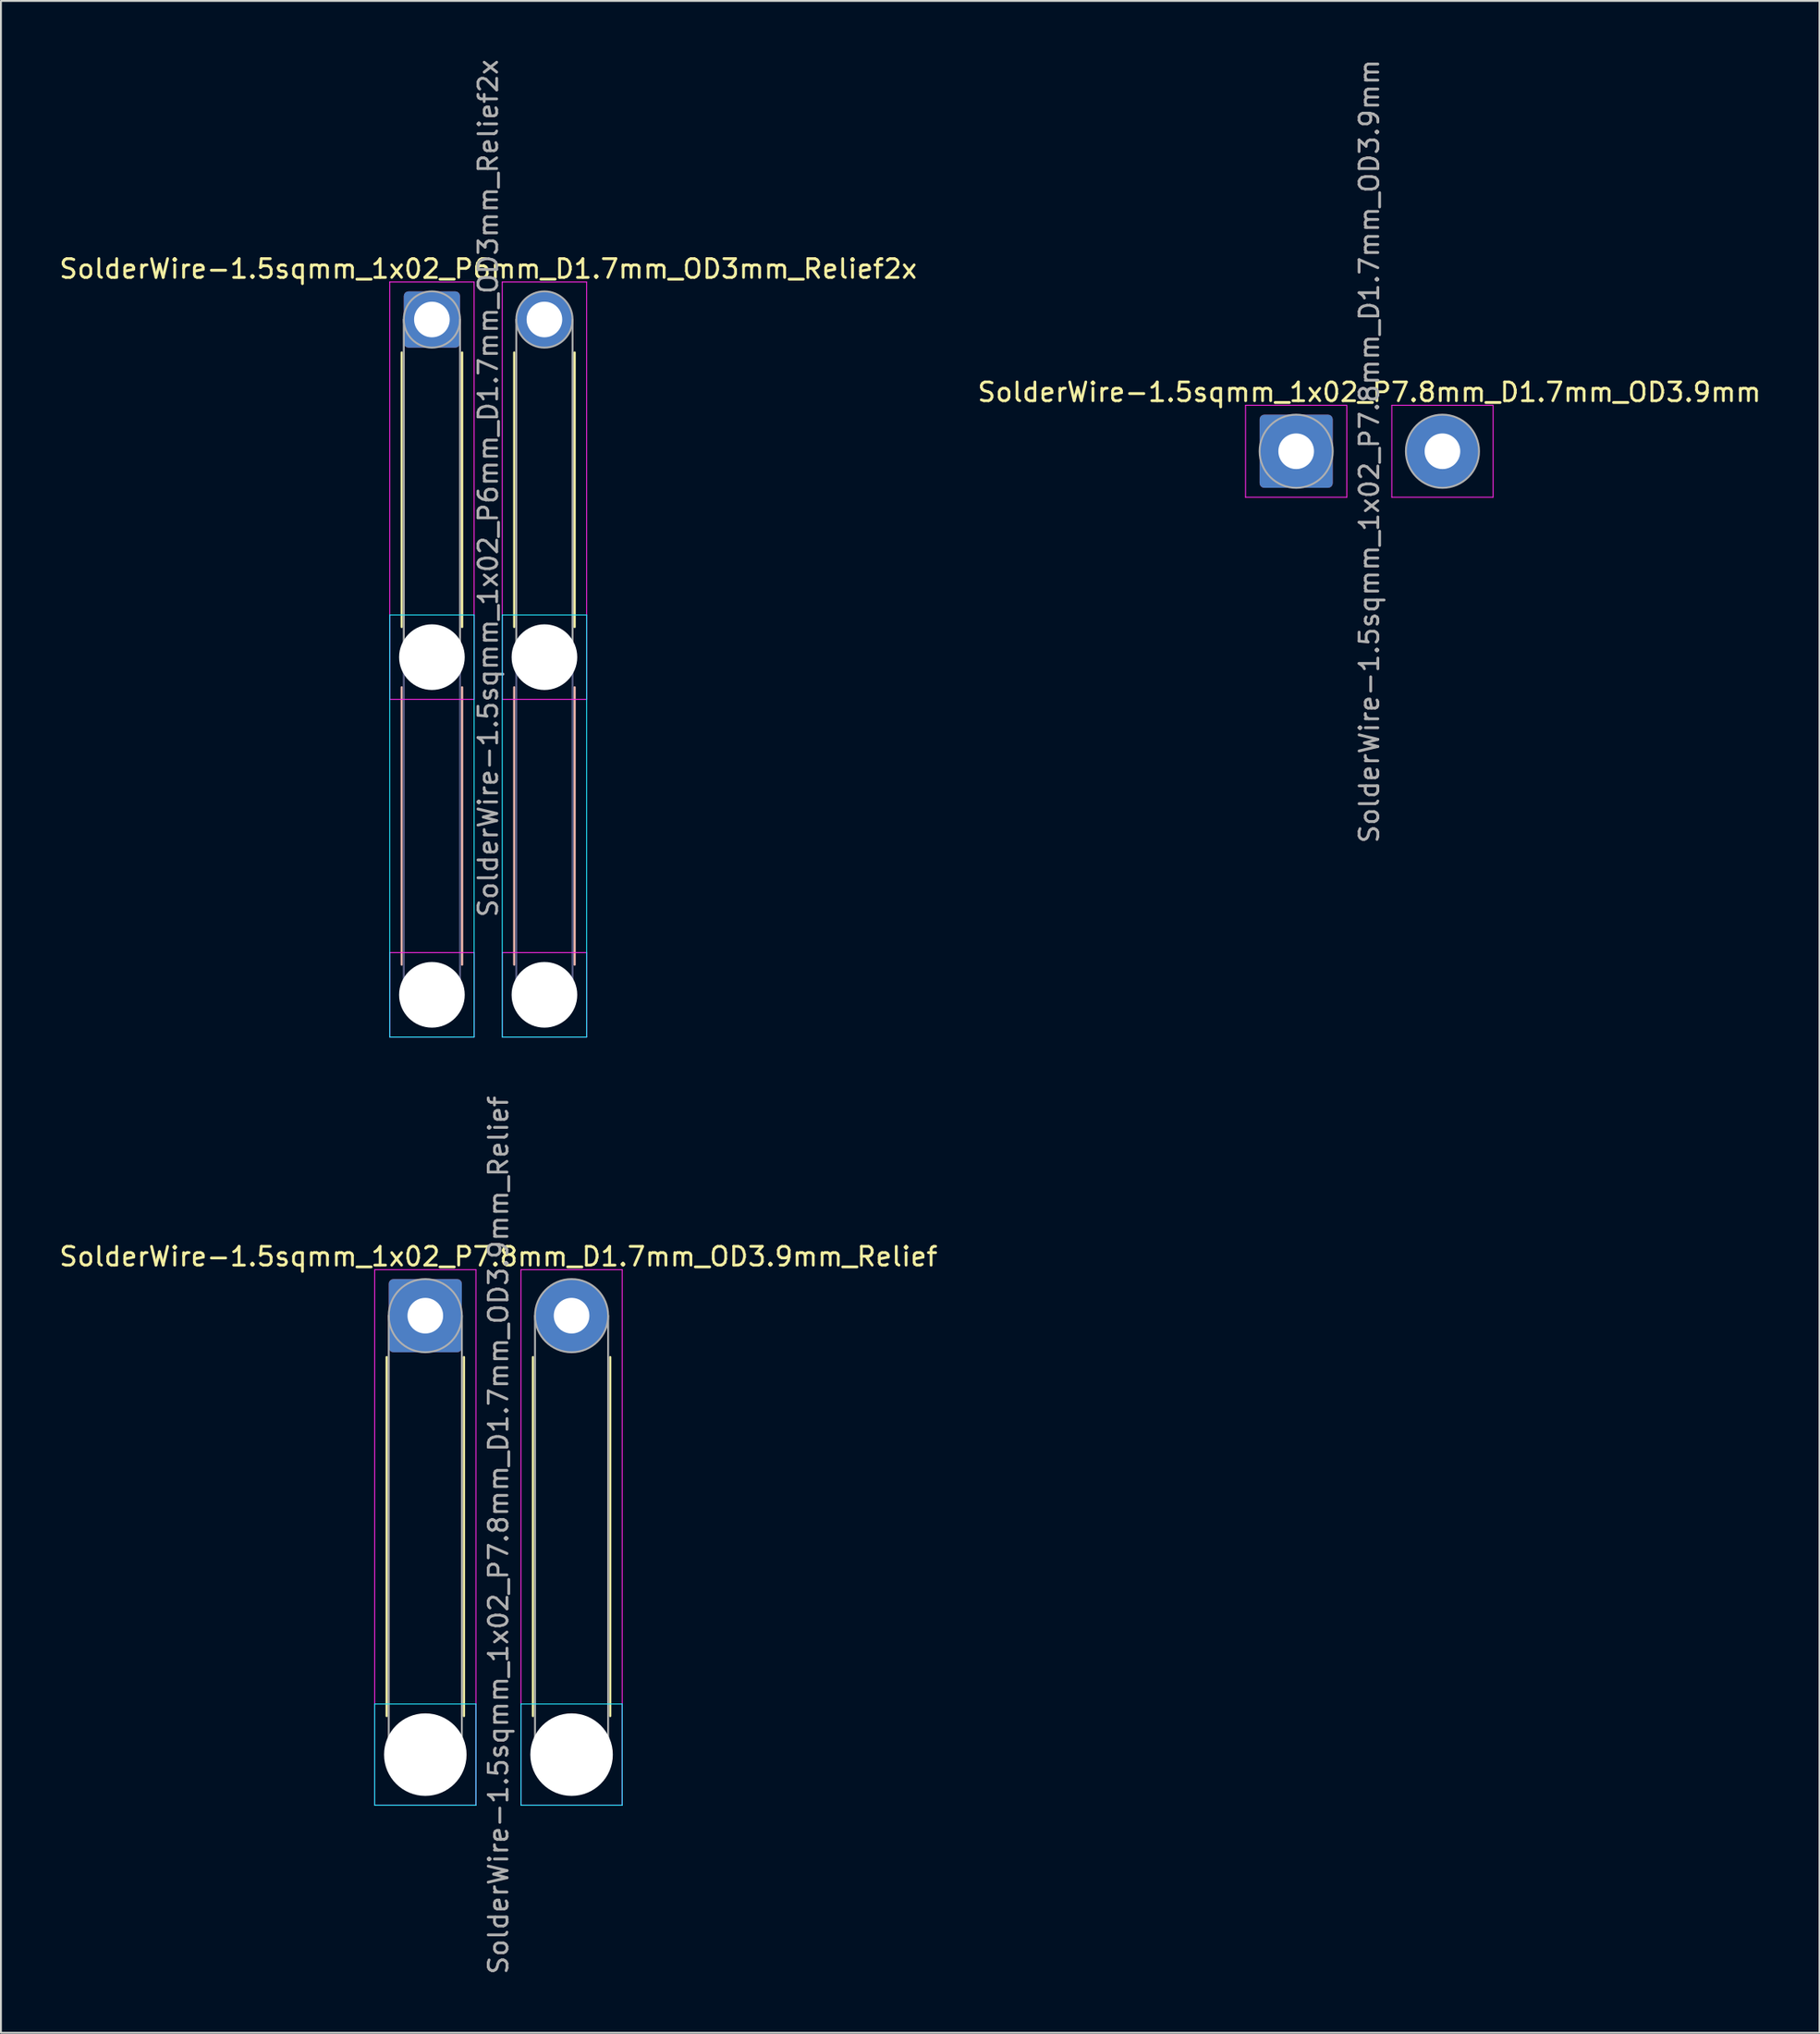
<source format=kicad_pcb>
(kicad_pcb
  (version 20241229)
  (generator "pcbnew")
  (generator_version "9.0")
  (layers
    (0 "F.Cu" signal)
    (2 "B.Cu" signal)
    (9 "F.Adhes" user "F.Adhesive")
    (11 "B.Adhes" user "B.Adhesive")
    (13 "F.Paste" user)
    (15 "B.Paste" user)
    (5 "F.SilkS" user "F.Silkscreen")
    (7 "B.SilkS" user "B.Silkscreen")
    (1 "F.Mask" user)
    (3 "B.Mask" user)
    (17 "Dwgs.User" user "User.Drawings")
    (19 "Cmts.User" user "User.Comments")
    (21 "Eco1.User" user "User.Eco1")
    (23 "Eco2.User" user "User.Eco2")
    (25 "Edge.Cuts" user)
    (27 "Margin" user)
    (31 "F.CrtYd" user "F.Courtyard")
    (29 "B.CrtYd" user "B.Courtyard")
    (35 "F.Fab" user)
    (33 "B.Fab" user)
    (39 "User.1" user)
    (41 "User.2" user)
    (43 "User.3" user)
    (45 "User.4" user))
  (footprint "SolderWire-1.5sqmm_1x02_P7.8mm_D1.7mm_OD3.9mm"
    (layer "F.Cu")
    (at 66.07 21.006)
    (property "Reference" "SolderWire-1.5sqmm_1x02_P7.8mm_D1.7mm_OD3.9mm" (at 3.9 -3.15 0) (layer "F.SilkS") (effects (font (size 1 1) (thickness 0.15))))
    (attr exclude_from_pos_files exclude_from_bom)
    (fp_line (start -2.7 -2.45) (end -2.7 2.45) (stroke (width 0.05) (type solid)) (layer "F.CrtYd"))
    (fp_line (start -2.7 2.45) (end 2.7 2.45) (stroke (width 0.05) (type solid)) (layer "F.CrtYd"))
    (fp_line (start 2.7 -2.45) (end -2.7 -2.45) (stroke (width 0.05) (type solid)) (layer "F.CrtYd"))
    (fp_line (start 2.7 2.45) (end 2.7 -2.45) (stroke (width 0.05) (type solid)) (layer "F.CrtYd"))
    (fp_line (start 5.1 -2.45) (end 5.1 2.45) (stroke (width 0.05) (type solid)) (layer "F.CrtYd"))
    (fp_line (start 5.1 2.45) (end 10.5 2.45) (stroke (width 0.05) (type solid)) (layer "F.CrtYd"))
    (fp_line (start 10.5 -2.45) (end 5.1 -2.45) (stroke (width 0.05) (type solid)) (layer "F.CrtYd"))
    (fp_line (start 10.5 2.45) (end 10.5 -2.45) (stroke (width 0.05) (type solid)) (layer "F.CrtYd"))
    (fp_circle (center 0 0) (end 1.95 0) (stroke (width 0.1) (type solid)) (fill no) (layer "F.Fab"))
    (fp_circle (center 7.8 0) (end 9.75 0) (stroke (width 0.1) (type solid)) (fill no) (layer "F.Fab"))
    (fp_text user "${REFERENCE}" (at 3.9 0 90) (layer "F.Fab") (effects (font (size 1 1) (thickness 0.15))))
    (pad "1" thru_hole roundrect (at 0 0) (size 3.9 3.9) (drill 1.9) (layers "*.Cu" "*.Mask") (roundrect_rratio 0.064))
    (pad "2" thru_hole circle (at 7.8 0) (size 3.9 3.9) (drill 1.9) (layers "*.Cu" "*.Mask")))
  (footprint "SolderWire-1.5sqmm_1x02_P7.8mm_D1.7mm_OD3.9mm_Relief"
    (layer "F.Cu")
    (at 19.63 67.087)
    (property "Reference" "SolderWire-1.5sqmm_1x02_P7.8mm_D1.7mm_OD3.9mm_Relief" (at 3.9 -3.15 0) (layer "F.SilkS") (effects (font (size 1 1) (thickness 0.15))))
    (attr exclude_from_pos_files exclude_from_bom)
    (fp_line (start -2.06 2.21) (end -2.06 21.34) (stroke (width 0.12) (type solid)) (layer "F.SilkS"))
    (fp_line (start 2.06 2.21) (end 2.06 21.34) (stroke (width 0.12) (type solid)) (layer "F.SilkS"))
    (fp_line (start 5.74 2.21) (end 5.74 21.34) (stroke (width 0.12) (type solid)) (layer "F.SilkS"))
    (fp_line (start 9.86 2.21) (end 9.86 21.34) (stroke (width 0.12) (type solid)) (layer "F.SilkS"))
    (fp_line (start -2.7 20.7) (end -2.7 26.1) (stroke (width 0.05) (type solid)) (layer "B.CrtYd"))
    (fp_line (start -2.7 26.1) (end 2.7 26.1) (stroke (width 0.05) (type solid)) (layer "B.CrtYd"))
    (fp_line (start 2.7 20.7) (end -2.7 20.7) (stroke (width 0.05) (type solid)) (layer "B.CrtYd"))
    (fp_line (start 2.7 26.1) (end 2.7 20.7) (stroke (width 0.05) (type solid)) (layer "B.CrtYd"))
    (fp_line (start 5.1 20.7) (end 5.1 26.1) (stroke (width 0.05) (type solid)) (layer "B.CrtYd"))
    (fp_line (start 5.1 26.1) (end 10.5 26.1) (stroke (width 0.05) (type solid)) (layer "B.CrtYd"))
    (fp_line (start 10.5 20.7) (end 5.1 20.7) (stroke (width 0.05) (type solid)) (layer "B.CrtYd"))
    (fp_line (start 10.5 26.1) (end 10.5 20.7) (stroke (width 0.05) (type solid)) (layer "B.CrtYd"))
    (fp_line (start -2.7 -2.45) (end -2.7 26.1) (stroke (width 0.05) (type solid)) (layer "F.CrtYd"))
    (fp_line (start -2.7 26.1) (end 2.7 26.1) (stroke (width 0.05) (type solid)) (layer "F.CrtYd"))
    (fp_line (start 2.7 -2.45) (end -2.7 -2.45) (stroke (width 0.05) (type solid)) (layer "F.CrtYd"))
    (fp_line (start 2.7 26.1) (end 2.7 -2.45) (stroke (width 0.05) (type solid)) (layer "F.CrtYd"))
    (fp_line (start 5.1 -2.45) (end 5.1 26.1) (stroke (width 0.05) (type solid)) (layer "F.CrtYd"))
    (fp_line (start 5.1 26.1) (end 10.5 26.1) (stroke (width 0.05) (type solid)) (layer "F.CrtYd"))
    (fp_line (start 10.5 -2.45) (end 5.1 -2.45) (stroke (width 0.05) (type solid)) (layer "F.CrtYd"))
    (fp_line (start 10.5 26.1) (end 10.5 -2.45) (stroke (width 0.05) (type solid)) (layer "F.CrtYd"))
    (fp_line (start -1.95 0) (end -1.95 23.4) (stroke (width 0.1) (type solid)) (layer "F.Fab"))
    (fp_line (start 1.95 0) (end 1.95 23.4) (stroke (width 0.1) (type solid)) (layer "F.Fab"))
    (fp_line (start 5.85 0) (end 5.85 23.4) (stroke (width 0.1) (type solid)) (layer "F.Fab"))
    (fp_line (start 9.75 0) (end 9.75 23.4) (stroke (width 0.1) (type solid)) (layer "F.Fab"))
    (fp_circle (center 0 0) (end 1.95 0) (stroke (width 0.1) (type solid)) (fill no) (layer "F.Fab"))
    (fp_circle (center 0 23.4) (end 1.95 23.4) (stroke (width 0.1) (type solid)) (fill no) (layer "F.Fab"))
    (fp_circle (center 7.8 0) (end 9.75 0) (stroke (width 0.1) (type solid)) (fill no) (layer "F.Fab"))
    (fp_circle (center 7.8 23.4) (end 9.75 23.4) (stroke (width 0.1) (type solid)) (fill no) (layer "F.Fab"))
    (fp_text user "${REFERENCE}" (at 3.9 11.7 90) (layer "F.Fab") (effects (font (size 1 1) (thickness 0.15))))
    (pad "" np_thru_hole circle (at 0 23.4) (size 4.4 4.4) (drill 4.4) (layers "*.Cu" "*.Mask"))
    (pad "" np_thru_hole circle (at 7.8 23.4) (size 4.4 4.4) (drill 4.4) (layers "*.Cu" "*.Mask"))
    (pad "1" thru_hole roundrect (at 0 0) (size 3.9 3.9) (drill 1.9) (layers "*.Cu" "*.Mask") (roundrect_rratio 0.064))
    (pad "2" thru_hole circle (at 7.8 0) (size 3.9 3.9) (drill 1.9) (layers "*.Cu" "*.Mask")))
  (footprint "SolderWire-1.5sqmm_1x02_P6mm_D1.7mm_OD3mm_Relief2x"
    (layer "F.Cu")
    (at 19.982 13.982)
    (property "Reference" "SolderWire-1.5sqmm_1x02_P6mm_D1.7mm_OD3mm_Relief2x" (at 3 -2.7 0) (layer "F.SilkS") (effects (font (size 1 1) (thickness 0.15))))
    (attr exclude_from_pos_files exclude_from_bom)
    (fp_line (start -1.61 1.76) (end -1.61 16.39) (stroke (width 0.12) (type solid)) (layer "F.SilkS"))
    (fp_line (start 1.61 1.76) (end 1.61 16.39) (stroke (width 0.12) (type solid)) (layer "F.SilkS"))
    (fp_line (start 4.39 1.76) (end 4.39 16.39) (stroke (width 0.12) (type solid)) (layer "F.SilkS"))
    (fp_line (start 7.61 1.76) (end 7.61 16.39) (stroke (width 0.12) (type solid)) (layer "F.SilkS"))
    (fp_line (start -1.61 19.61) (end -1.61 34.39) (stroke (width 0.12) (type solid)) (layer "B.SilkS"))
    (fp_line (start 1.61 19.61) (end 1.61 34.39) (stroke (width 0.12) (type solid)) (layer "B.SilkS"))
    (fp_line (start 4.39 19.61) (end 4.39 34.39) (stroke (width 0.12) (type solid)) (layer "B.SilkS"))
    (fp_line (start 7.61 19.61) (end 7.61 34.39) (stroke (width 0.12) (type solid)) (layer "B.SilkS"))
    (fp_line (start -2.25 15.75) (end -2.25 38.25) (stroke (width 0.05) (type solid)) (layer "B.CrtYd"))
    (fp_line (start -2.25 38.25) (end 2.25 38.25) (stroke (width 0.05) (type solid)) (layer "B.CrtYd"))
    (fp_line (start 2.25 15.75) (end -2.25 15.75) (stroke (width 0.05) (type solid)) (layer "B.CrtYd"))
    (fp_line (start 2.25 38.25) (end 2.25 15.75) (stroke (width 0.05) (type solid)) (layer "B.CrtYd"))
    (fp_line (start 3.75 15.75) (end 3.75 38.25) (stroke (width 0.05) (type solid)) (layer "B.CrtYd"))
    (fp_line (start 3.75 38.25) (end 8.25 38.25) (stroke (width 0.05) (type solid)) (layer "B.CrtYd"))
    (fp_line (start 8.25 15.75) (end 3.75 15.75) (stroke (width 0.05) (type solid)) (layer "B.CrtYd"))
    (fp_line (start 8.25 38.25) (end 8.25 15.75) (stroke (width 0.05) (type solid)) (layer "B.CrtYd"))
    (fp_line (start -2.25 -2) (end -2.25 20.25) (stroke (width 0.05) (type solid)) (layer "F.CrtYd"))
    (fp_line (start -2.25 20.25) (end 2.25 20.25) (stroke (width 0.05) (type solid)) (layer "F.CrtYd"))
    (fp_line (start -2.25 33.75) (end -2.25 38.25) (stroke (width 0.05) (type solid)) (layer "F.CrtYd"))
    (fp_line (start -2.25 38.25) (end 2.25 38.25) (stroke (width 0.05) (type solid)) (layer "F.CrtYd"))
    (fp_line (start 2.25 -2) (end -2.25 -2) (stroke (width 0.05) (type solid)) (layer "F.CrtYd"))
    (fp_line (start 2.25 20.25) (end 2.25 -2) (stroke (width 0.05) (type solid)) (layer "F.CrtYd"))
    (fp_line (start 2.25 33.75) (end -2.25 33.75) (stroke (width 0.05) (type solid)) (layer "F.CrtYd"))
    (fp_line (start 2.25 38.25) (end 2.25 33.75) (stroke (width 0.05) (type solid)) (layer "F.CrtYd"))
    (fp_line (start 3.75 -2) (end 3.75 20.25) (stroke (width 0.05) (type solid)) (layer "F.CrtYd"))
    (fp_line (start 3.75 20.25) (end 8.25 20.25) (stroke (width 0.05) (type solid)) (layer "F.CrtYd"))
    (fp_line (start 3.75 33.75) (end 3.75 38.25) (stroke (width 0.05) (type solid)) (layer "F.CrtYd"))
    (fp_line (start 3.75 38.25) (end 8.25 38.25) (stroke (width 0.05) (type solid)) (layer "F.CrtYd"))
    (fp_line (start 8.25 -2) (end 3.75 -2) (stroke (width 0.05) (type solid)) (layer "F.CrtYd"))
    (fp_line (start 8.25 20.25) (end 8.25 -2) (stroke (width 0.05) (type solid)) (layer "F.CrtYd"))
    (fp_line (start 8.25 33.75) (end 3.75 33.75) (stroke (width 0.05) (type solid)) (layer "F.CrtYd"))
    (fp_line (start 8.25 38.25) (end 8.25 33.75) (stroke (width 0.05) (type solid)) (layer "F.CrtYd"))
    (fp_line (start -1.5 18) (end -1.5 36) (stroke (width 0.1) (type solid)) (layer "B.Fab"))
    (fp_line (start 1.5 18) (end 1.5 36) (stroke (width 0.1) (type solid)) (layer "B.Fab"))
    (fp_line (start 4.5 18) (end 4.5 36) (stroke (width 0.1) (type solid)) (layer "B.Fab"))
    (fp_line (start 7.5 18) (end 7.5 36) (stroke (width 0.1) (type solid)) (layer "B.Fab"))
    (fp_circle (center 0 18) (end 1.5 18) (stroke (width 0.1) (type solid)) (fill no) (layer "B.Fab"))
    (fp_circle (center 0 36) (end 1.5 36) (stroke (width 0.1) (type solid)) (fill no) (layer "B.Fab"))
    (fp_circle (center 6 18) (end 7.5 18) (stroke (width 0.1) (type solid)) (fill no) (layer "B.Fab"))
    (fp_circle (center 6 36) (end 7.5 36) (stroke (width 0.1) (type solid)) (fill no) (layer "B.Fab"))
    (fp_line (start -1.5 0) (end -1.5 18) (stroke (width 0.1) (type solid)) (layer "F.Fab"))
    (fp_line (start 1.5 0) (end 1.5 18) (stroke (width 0.1) (type solid)) (layer "F.Fab"))
    (fp_line (start 4.5 0) (end 4.5 18) (stroke (width 0.1) (type solid)) (layer "F.Fab"))
    (fp_line (start 7.5 0) (end 7.5 18) (stroke (width 0.1) (type solid)) (layer "F.Fab"))
    (fp_circle (center 0 0) (end 1.5 0) (stroke (width 0.1) (type solid)) (fill no) (layer "F.Fab"))
    (fp_circle (center 0 18) (end 1.5 18) (stroke (width 0.1) (type solid)) (fill no) (layer "F.Fab"))
    (fp_circle (center 0 36) (end 1.5 36) (stroke (width 0.1) (type solid)) (fill no) (layer "F.Fab"))
    (fp_circle (center 6 0) (end 7.5 0) (stroke (width 0.1) (type solid)) (fill no) (layer "F.Fab"))
    (fp_circle (center 6 18) (end 7.5 18) (stroke (width 0.1) (type solid)) (fill no) (layer "F.Fab"))
    (fp_circle (center 6 36) (end 7.5 36) (stroke (width 0.1) (type solid)) (fill no) (layer "F.Fab"))
    (fp_text user "${REFERENCE}" (at 3 9 90) (layer "F.Fab") (effects (font (size 1 1) (thickness 0.15))))
    (pad "" np_thru_hole circle (at 0 18) (size 3.5 3.5) (drill 3.5) (layers "*.Cu" "*.Mask"))
    (pad "" np_thru_hole circle (at 0 36) (size 3.5 3.5) (drill 3.5) (layers "*.Cu" "*.Mask"))
    (pad "" np_thru_hole circle (at 6 18) (size 3.5 3.5) (drill 3.5) (layers "*.Cu" "*.Mask"))
    (pad "" np_thru_hole circle (at 6 36) (size 3.5 3.5) (drill 3.5) (layers "*.Cu" "*.Mask"))
    (pad "1" thru_hole roundrect (at 0 0) (size 3 3) (drill 1.9) (layers "*.Cu" "*.Mask") (roundrect_rratio 0.083))
    (pad "2" thru_hole circle (at 6 0) (size 3 3) (drill 1.9) (layers "*.Cu" "*.Mask")))
  (gr_rect
    (start -3 -3)
    (end 93.976 105.317)
    (stroke (width 0.1) (type default))
    (fill no)
    (layer "Edge.Cuts")))
</source>
